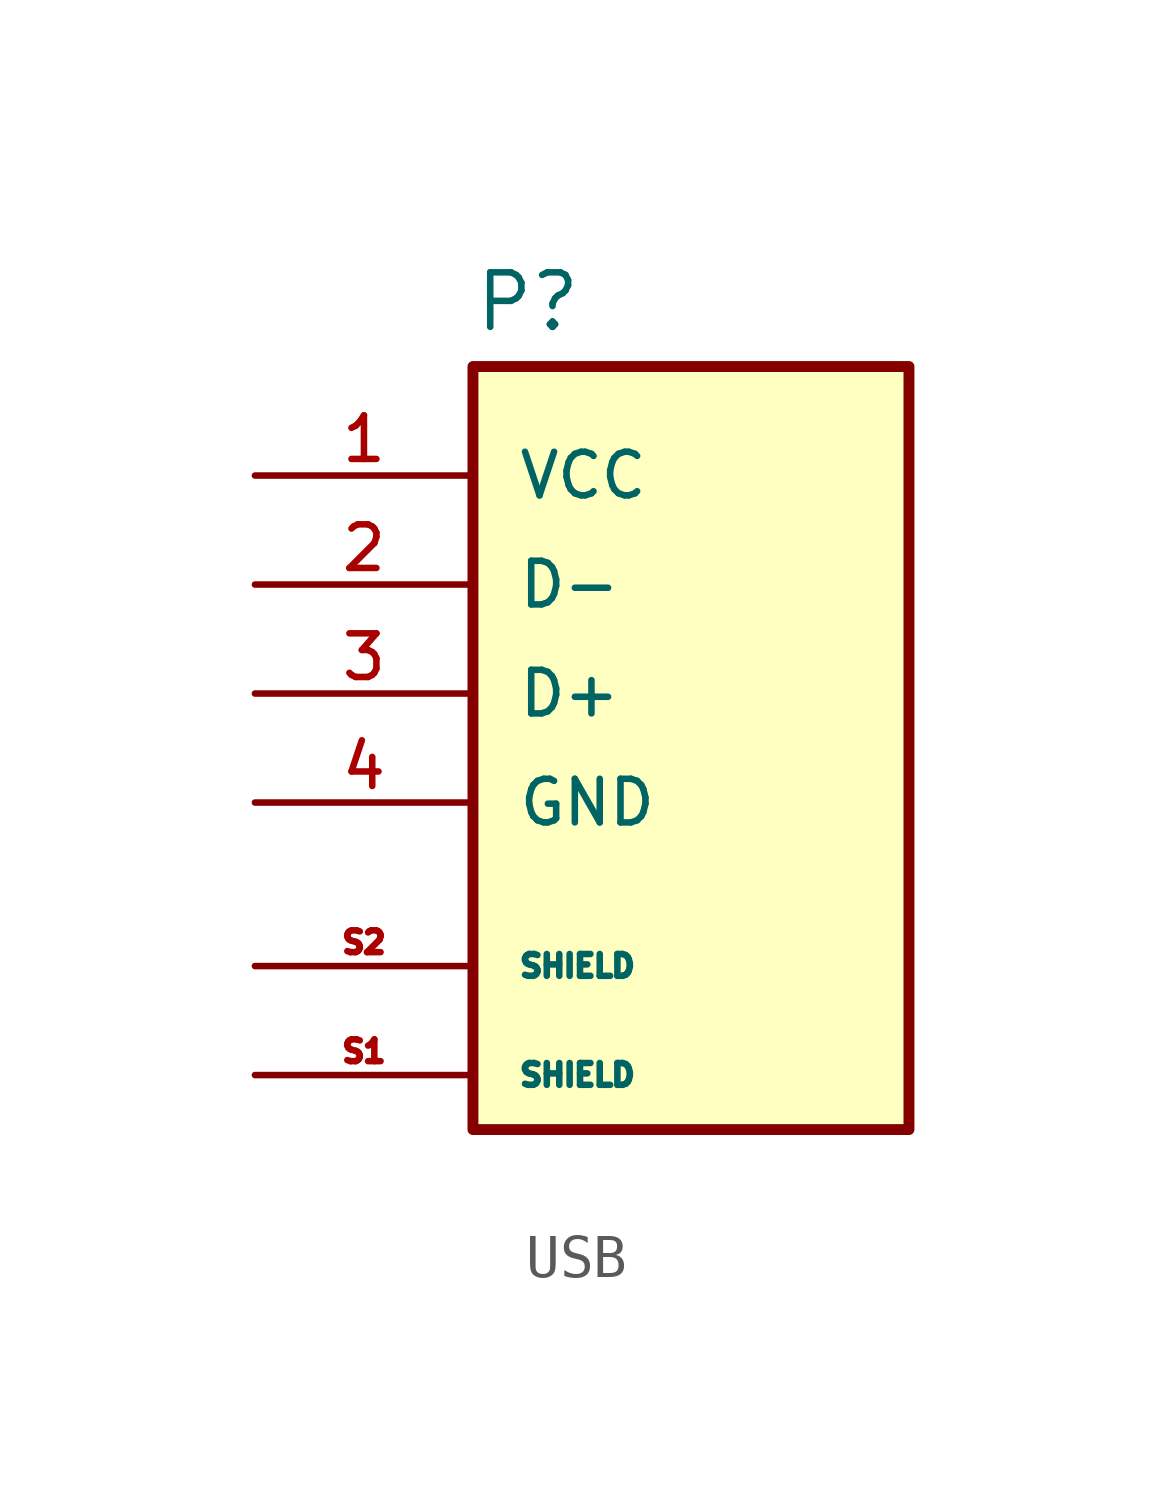
<source format=kicad_sym>
(kicad_symbol_lib
  (version 20211014)
  (generator kicad_symbol_editor)
  (symbol "USB"
    (pin_names
      (offset 1.016))
    (property "Reference" "P"
      (at -5.08 10.922 0)
      (effects (font (size 1.27 1.27)) (justify left bottom)))
    (symbol "USB_0_0"
      (rectangle (start -5.08 -7.62) (end 5.08 10.16) (stroke (width 0.254) (type default) (color 0 0 0 0)) (fill (type background)))
      (pin power_out line (at -10.16 7.62 0) (length 5.08) (name "VCC" (effects (font (size 1.016 1.016)))) (number "1" (effects (font (size 1.016 1.016)))))
      (pin bidirectional line (at -10.16 5.08 0) (length 5.08) (name "D-" (effects (font (size 1.016 1.016)))) (number "2" (effects (font (size 1.016 1.016)))))
      (pin bidirectional line (at -10.16 2.54 0) (length 5.08) (name "D+" (effects (font (size 1.016 1.016)))) (number "3" (effects (font (size 1.016 1.016)))))
      (pin power_out line (at -10.16 0 0) (length 5.08) (name "GND" (effects (font (size 1.016 1.016)))) (number "4" (effects (font (size 1.016 1.016)))))
      (pin passive line (at -10.16 -6.35 0) (length 5.08) (name "SHIELD" (effects (font (size 0.508 0.508)))) (number "S1" (effects (font (size 0.508 0.508)))))
      (pin passive line (at -10.16 -3.81 0) (length 5.08) (name "SHIELD" (effects (font (size 0.508 0.508)))) (number "S2" (effects (font (size 0.508 0.508))))))))
</source>
